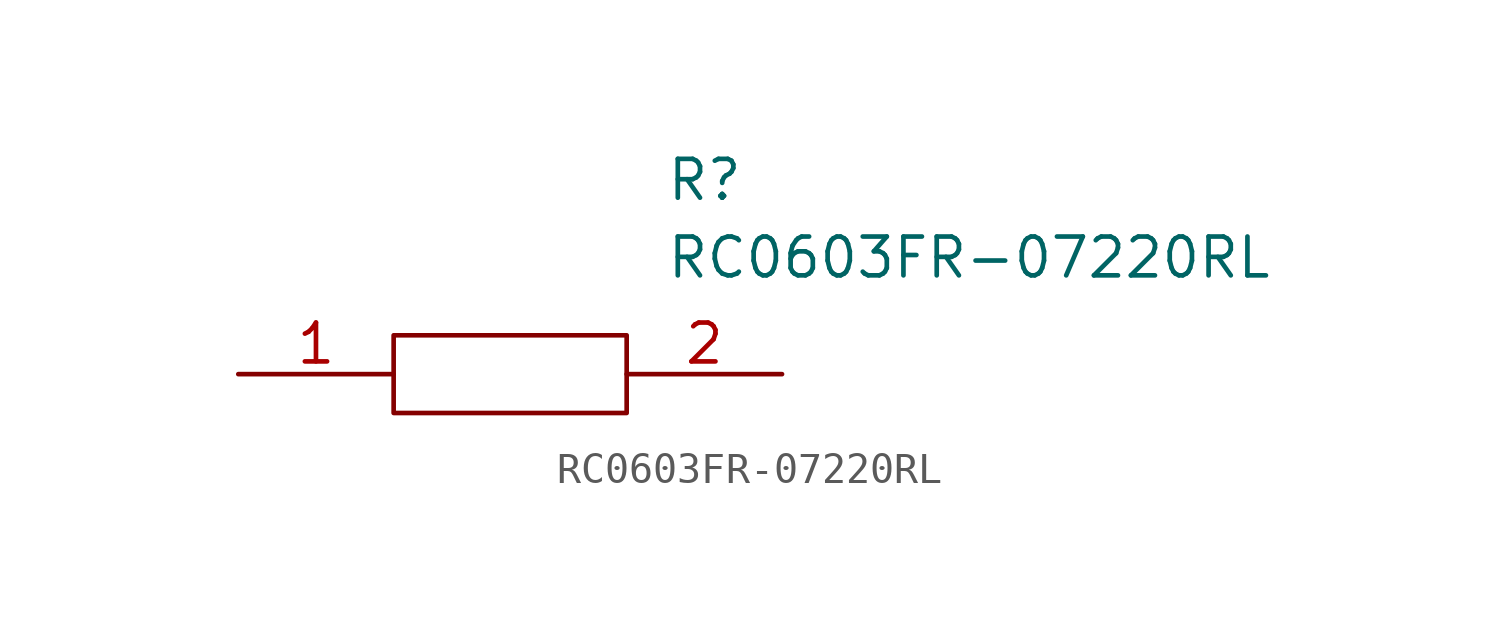
<source format=kicad_sym>
(kicad_symbol_lib
  (version 20211014)
  (generator kicad_symbol_editor)
  (symbol "RC0603FR-07220RL"
    (pin_names
      (offset 0.762))
    (property "Reference" "R"
      (at 13.97 6.35 0)
      (effects (font (size 1.27 1.27)) (justify left)))
    (property "Value" "RC0603FR-07220RL"
      (at 13.97 3.81 0)
      (effects (font (size 1.27 1.27)) (justify left)))
    (symbol "RC0603FR-07220RL_0_0"
      (pin passive line (at 0 0 0) (length 5.08) (name "~" (effects (font (size 1.27 1.27)))) (number "1" (effects (font (size 1.27 1.27)))))
      (pin passive line (at 17.78 0 180) (length 5.08) (name "~" (effects (font (size 1.27 1.27)))) (number "2" (effects (font (size 1.27 1.27))))))
    (symbol "RC0603FR-07220RL_0_1"
      (polyline (pts (xy 5.08 1.27) (xy 12.7 1.27) (xy 12.7 -1.27) (xy 5.08 -1.27) (xy 5.08 1.27)) (stroke (width 0.152) (type default) (color 0 0 0 0)) (fill (type none))))))
</source>
